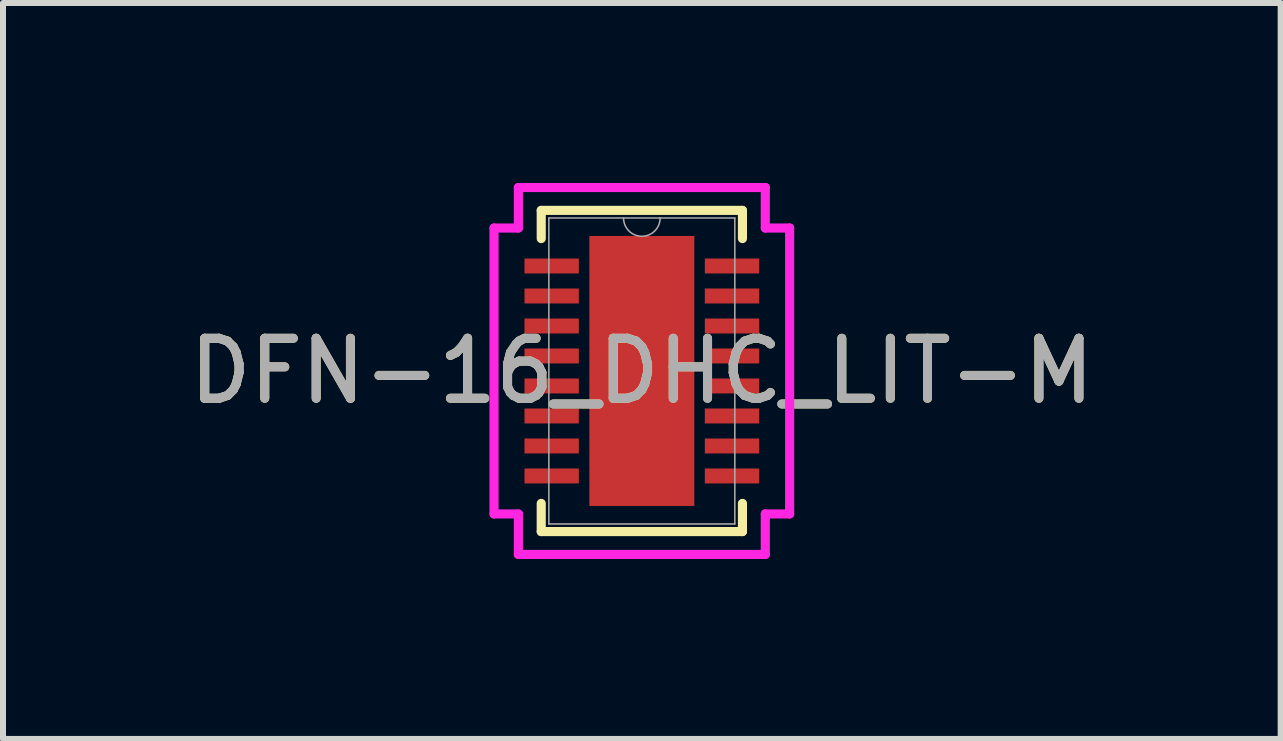
<source format=kicad_pcb>
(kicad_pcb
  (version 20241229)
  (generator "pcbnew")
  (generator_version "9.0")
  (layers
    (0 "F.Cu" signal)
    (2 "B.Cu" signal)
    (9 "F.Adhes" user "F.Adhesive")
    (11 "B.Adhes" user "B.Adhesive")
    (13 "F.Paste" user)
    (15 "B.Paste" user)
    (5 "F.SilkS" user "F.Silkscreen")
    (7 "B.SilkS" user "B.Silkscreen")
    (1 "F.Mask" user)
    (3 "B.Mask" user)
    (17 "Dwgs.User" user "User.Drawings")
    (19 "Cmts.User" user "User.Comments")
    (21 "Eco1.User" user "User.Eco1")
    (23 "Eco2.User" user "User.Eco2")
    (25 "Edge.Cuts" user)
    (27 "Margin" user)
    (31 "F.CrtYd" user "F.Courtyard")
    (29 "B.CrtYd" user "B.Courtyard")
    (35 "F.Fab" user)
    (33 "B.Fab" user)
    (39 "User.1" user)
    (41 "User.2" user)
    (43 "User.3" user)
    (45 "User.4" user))
  (footprint "DFN-16_DHC_LIT-M"
    (layer "F.Cu")
    (at 7.649 3.134)
    (property "Reference" "DFN-16_DHC_LIT-M" (at 0 0 0) (unlocked yes) (layer "F.SilkS") (effects (font (size 1 1) (thickness 0.15))))
    (attr smd)
    (fp_line (start -1.677 -2.677) (end -1.677 -2.207) (stroke (width 0.152) (type solid)) (layer "F.SilkS"))
    (fp_line (start -1.677 2.207) (end -1.677 2.677) (stroke (width 0.152) (type solid)) (layer "F.SilkS"))
    (fp_line (start -1.677 2.677) (end 1.677 2.677) (stroke (width 0.152) (type solid)) (layer "F.SilkS"))
    (fp_line (start 1.677 -2.677) (end -1.677 -2.677) (stroke (width 0.152) (type solid)) (layer "F.SilkS"))
    (fp_line (start 1.677 -2.207) (end 1.677 -2.677) (stroke (width 0.152) (type solid)) (layer "F.SilkS"))
    (fp_line (start 1.677 2.677) (end 1.677 2.207) (stroke (width 0.152) (type solid)) (layer "F.SilkS"))
    (fp_poly (pts (xy -0.775 -2.15) (xy -0.775 -0.85) (xy 0.775 -0.85) (xy 0.775 -2.15)) (stroke (width 0) (type solid)) (fill yes) (layer "F.Paste"))
    (fp_poly (pts (xy -0.775 -0.65) (xy -0.775 0.65) (xy 0.775 0.65) (xy 0.775 -0.65)) (stroke (width 0) (type solid)) (fill yes) (layer "F.Paste"))
    (fp_poly (pts (xy -0.775 0.85) (xy -0.775 2.15) (xy 0.775 2.15) (xy 0.775 0.85)) (stroke (width 0) (type solid)) (fill yes) (layer "F.Paste"))
    (fp_line (start -2.464 -2.383) (end -2.058 -2.383) (stroke (width 0.152) (type solid)) (layer "F.CrtYd"))
    (fp_line (start -2.464 2.383) (end -2.464 -2.383) (stroke (width 0.152) (type solid)) (layer "F.CrtYd"))
    (fp_line (start -2.464 2.383) (end -2.058 2.383) (stroke (width 0.152) (type solid)) (layer "F.CrtYd"))
    (fp_line (start -2.058 -3.058) (end 2.058 -3.058) (stroke (width 0.152) (type solid)) (layer "F.CrtYd"))
    (fp_line (start -2.058 -2.383) (end -2.058 -3.058) (stroke (width 0.152) (type solid)) (layer "F.CrtYd"))
    (fp_line (start -2.058 3.058) (end -2.058 2.383) (stroke (width 0.152) (type solid)) (layer "F.CrtYd"))
    (fp_line (start 2.058 -3.058) (end 2.058 -2.383) (stroke (width 0.152) (type solid)) (layer "F.CrtYd"))
    (fp_line (start 2.058 2.383) (end 2.058 3.058) (stroke (width 0.152) (type solid)) (layer "F.CrtYd"))
    (fp_line (start 2.058 3.058) (end -2.058 3.058) (stroke (width 0.152) (type solid)) (layer "F.CrtYd"))
    (fp_line (start 2.464 -2.383) (end 2.058 -2.383) (stroke (width 0.152) (type solid)) (layer "F.CrtYd"))
    (fp_line (start 2.464 -2.383) (end 2.464 2.383) (stroke (width 0.152) (type solid)) (layer "F.CrtYd"))
    (fp_line (start 2.464 2.383) (end 2.058 2.383) (stroke (width 0.152) (type solid)) (layer "F.CrtYd"))
    (fp_line (start -1.55 -2.55) (end -1.55 2.55) (stroke (width 0.025) (type solid)) (layer "F.Fab"))
    (fp_line (start -1.55 2.55) (end 1.55 2.55) (stroke (width 0.025) (type solid)) (layer "F.Fab"))
    (fp_line (start 1.55 -2.55) (end -1.55 -2.55) (stroke (width 0.025) (type solid)) (layer "F.Fab"))
    (fp_line (start 1.55 2.55) (end 1.55 -2.55) (stroke (width 0.025) (type solid)) (layer "F.Fab"))
    (fp_arc (start 0.3048 -2.55) (mid 0 -2.2452) (end -0.3048 -2.55) (stroke (width 0.0254) (type solid)) (layer "F.Fab"))
    (fp_text user "${REFERENCE}" (at 0 0 0) (unlocked yes) (layer "F.Fab") (effects (font (size 1 1) (thickness 0.15))))
    (pad "1" smd rect (at -1.503 -1.75) (size 0.906 0.249) (layers "F.Cu" "F.Mask" "F.Paste"))
    (pad "2" smd rect (at -1.503 -1.25) (size 0.906 0.249) (layers "F.Cu" "F.Mask" "F.Paste"))
    (pad "3" smd rect (at -1.503 -0.75) (size 0.906 0.249) (layers "F.Cu" "F.Mask" "F.Paste"))
    (pad "4" smd rect (at -1.503 -0.25) (size 0.906 0.249) (layers "F.Cu" "F.Mask" "F.Paste"))
    (pad "5" smd rect (at -1.503 0.25) (size 0.906 0.249) (layers "F.Cu" "F.Mask" "F.Paste"))
    (pad "6" smd rect (at -1.503 0.75) (size 0.906 0.249) (layers "F.Cu" "F.Mask" "F.Paste"))
    (pad "7" smd rect (at -1.503 1.25) (size 0.906 0.249) (layers "F.Cu" "F.Mask" "F.Paste"))
    (pad "8" smd rect (at -1.503 1.75) (size 0.906 0.249) (layers "F.Cu" "F.Mask" "F.Paste"))
    (pad "9" smd rect (at 1.503 1.75) (size 0.906 0.249) (layers "F.Cu" "F.Mask" "F.Paste"))
    (pad "10" smd rect (at 1.503 1.25) (size 0.906 0.249) (layers "F.Cu" "F.Mask" "F.Paste"))
    (pad "11" smd rect (at 1.503 0.75) (size 0.906 0.249) (layers "F.Cu" "F.Mask" "F.Paste"))
    (pad "12" smd rect (at 1.503 0.25) (size 0.906 0.249) (layers "F.Cu" "F.Mask" "F.Paste"))
    (pad "13" smd rect (at 1.503 -0.25) (size 0.906 0.249) (layers "F.Cu" "F.Mask" "F.Paste"))
    (pad "14" smd rect (at 1.503 -0.75) (size 0.906 0.249) (layers "F.Cu" "F.Mask" "F.Paste"))
    (pad "15" smd rect (at 1.503 -1.25) (size 0.906 0.249) (layers "F.Cu" "F.Mask" "F.Paste"))
    (pad "16" smd rect (at 1.503 -1.75) (size 0.906 0.249) (layers "F.Cu" "F.Mask" "F.Paste"))
    (pad "17" smd rect (at 0 0) (size 1.75 4.5) (layers "F.Cu" "F.Mask" "F.Paste")))
  (gr_rect
    (start -3 -3)
    (end 18.298 9.268)
    (stroke (width 0.1) (type default))
    (fill no)
    (layer "Edge.Cuts")))
</source>
